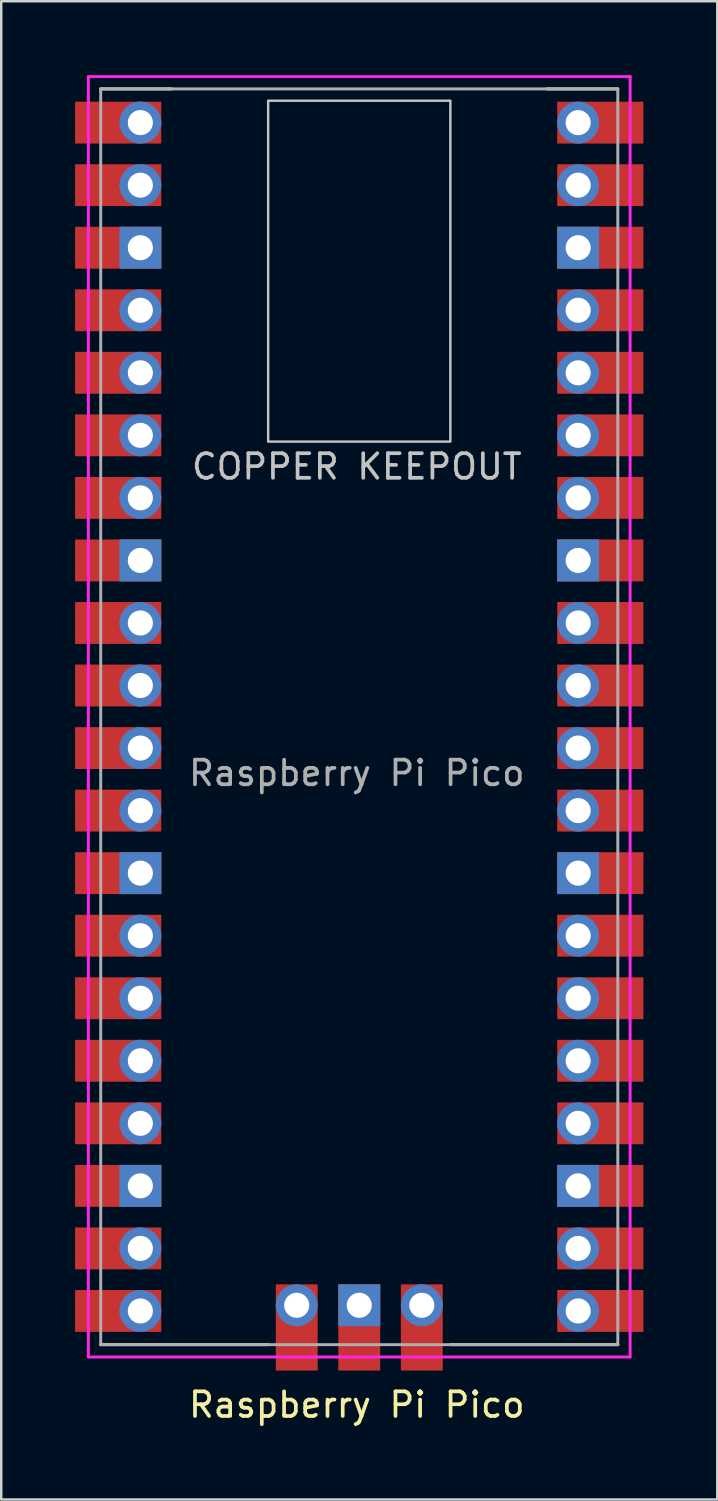
<source format=kicad_pcb>
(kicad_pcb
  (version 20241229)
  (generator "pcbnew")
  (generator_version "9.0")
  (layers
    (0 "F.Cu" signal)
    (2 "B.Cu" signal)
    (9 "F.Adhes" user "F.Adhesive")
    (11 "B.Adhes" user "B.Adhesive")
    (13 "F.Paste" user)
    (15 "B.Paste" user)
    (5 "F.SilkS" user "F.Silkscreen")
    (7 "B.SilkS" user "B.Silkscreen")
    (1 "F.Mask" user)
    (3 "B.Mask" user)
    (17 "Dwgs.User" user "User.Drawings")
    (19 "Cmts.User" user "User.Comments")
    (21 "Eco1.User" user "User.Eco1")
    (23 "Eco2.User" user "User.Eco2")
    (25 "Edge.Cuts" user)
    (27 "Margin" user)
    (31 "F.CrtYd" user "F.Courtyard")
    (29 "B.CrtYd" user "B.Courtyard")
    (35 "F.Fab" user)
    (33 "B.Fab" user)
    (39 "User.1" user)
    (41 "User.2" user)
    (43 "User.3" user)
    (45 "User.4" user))
  (footprint "Raspberry Pi Pico"
    (layer "F.Cu")
    (at 11.54 27.33)
    (property "Reference" "Raspberry Pi Pico" (at -0.1 26.67 0) (unlocked yes) (layer "F.SilkS") (effects (font (size 1 1) (thickness 0.15))))
    (attr through_hole)
    (fp_line (start -10.5 -26.77) (end -7.62 -26.77) (stroke (width 0.12) (type solid)) (layer "F.SilkS"))
    (fp_line (start -3.7 24.23) (end -10.5 24.23) (stroke (width 0.12) (type solid)) (layer "F.SilkS"))
    (fp_line (start 7.62 -26.77) (end 10.5 -26.77) (stroke (width 0.12) (type solid)) (layer "F.SilkS"))
    (fp_line (start 10.5 24.23) (end 3.7 24.23) (stroke (width 0.12) (type solid)) (layer "F.SilkS"))
    (fp_poly (pts (xy 3.7 -12.446) (xy -3.7 -12.446) (xy -3.7 -26.29) (xy 3.7 -26.29)) (stroke (width 0.1) (type solid)) (fill no) (layer "Dwgs.User"))
    (fp_line (start -11 -27.27) (end 11 -27.27) (stroke (width 0.12) (type solid)) (layer "F.CrtYd"))
    (fp_line (start -11 24.73) (end -11 -27.27) (stroke (width 0.12) (type solid)) (layer "F.CrtYd"))
    (fp_line (start 11 -27.27) (end 11 24.73) (stroke (width 0.12) (type solid)) (layer "F.CrtYd"))
    (fp_line (start 11 24.73) (end -11 24.73) (stroke (width 0.12) (type solid)) (layer "F.CrtYd"))
    (fp_line (start -10.5 -26.77) (end 10.5 -26.77) (stroke (width 0.12) (type solid)) (layer "F.Fab"))
    (fp_line (start -10.5 24.23) (end -10.5 -26.77) (stroke (width 0.12) (type solid)) (layer "F.Fab"))
    (fp_line (start 10.5 -26.77) (end 10.5 24.23) (stroke (width 0.12) (type solid)) (layer "F.Fab"))
    (fp_line (start 10.5 24.23) (end -10.5 24.23) (stroke (width 0.12) (type solid)) (layer "F.Fab"))
    (fp_text user "COPPER KEEPOUT" (at -0.1 -11.43 0) (unlocked yes) (layer "Dwgs.User") (effects (font (size 1 1) (thickness 0.15))))
    (fp_text user "${REFERENCE}" (at -0.1 1.016 0) (unlocked yes) (layer "F.Fab") (effects (font (size 1 1) (thickness 0.15))))
    (pad "1" thru_hole oval (at -8.89 -25.4) (size 1.7 1.7) (drill 1.02) (layers "*.Cu" "*.Mask"))
    (pad "1" smd rect (at -8.89 -25.4) (size 3.5 1.7) (drill (offset -0.9 0)) (layers "F.Cu" "F.Mask"))
    (pad "2" thru_hole oval (at -8.89 -22.86) (size 1.7 1.7) (drill 1.02) (layers "*.Cu" "*.Mask"))
    (pad "2" smd rect (at -8.89 -22.86) (size 3.5 1.7) (drill (offset -0.9 0)) (layers "F.Cu" "F.Mask"))
    (pad "3" thru_hole rect (at -8.89 -20.32) (size 1.7 1.7) (drill 1.02) (layers "*.Cu" "*.Mask"))
    (pad "3" smd rect (at -8.89 -20.32) (size 3.5 1.7) (drill (offset -0.9 0)) (layers "F.Cu" "F.Mask"))
    (pad "4" thru_hole oval (at -8.89 -17.78) (size 1.7 1.7) (drill 1.02) (layers "*.Cu" "*.Mask"))
    (pad "4" smd rect (at -8.89 -17.78) (size 3.5 1.7) (drill (offset -0.9 0)) (layers "F.Cu" "F.Mask"))
    (pad "5" thru_hole oval (at -8.89 -15.24) (size 1.7 1.7) (drill 1.02) (layers "*.Cu" "*.Mask"))
    (pad "5" smd rect (at -8.89 -15.24) (size 3.5 1.7) (drill (offset -0.9 0)) (layers "F.Cu" "F.Mask"))
    (pad "6" thru_hole oval (at -8.89 -12.7) (size 1.7 1.7) (drill 1.02) (layers "*.Cu" "*.Mask"))
    (pad "6" smd rect (at -8.89 -12.7) (size 3.5 1.7) (drill (offset -0.9 0)) (layers "F.Cu" "F.Mask"))
    (pad "7" thru_hole oval (at -8.89 -10.16) (size 1.7 1.7) (drill 1.02) (layers "*.Cu" "*.Mask"))
    (pad "7" smd rect (at -8.89 -10.16) (size 3.5 1.7) (drill (offset -0.9 0)) (layers "F.Cu" "F.Mask"))
    (pad "8" thru_hole rect (at -8.89 -7.62) (size 1.7 1.7) (drill 1.02) (layers "*.Cu" "*.Mask"))
    (pad "8" smd rect (at -8.89 -7.62) (size 3.5 1.7) (drill (offset -0.9 0)) (layers "F.Cu" "F.Mask"))
    (pad "9" thru_hole oval (at -8.89 -5.08) (size 1.7 1.7) (drill 1.02) (layers "*.Cu" "*.Mask"))
    (pad "9" smd rect (at -8.89 -5.08) (size 3.5 1.7) (drill (offset -0.9 0)) (layers "F.Cu" "F.Mask"))
    (pad "10" thru_hole oval (at -8.89 -2.54) (size 1.7 1.7) (drill 1.02) (layers "*.Cu" "*.Mask"))
    (pad "10" smd rect (at -8.89 -2.54) (size 3.5 1.7) (drill (offset -0.9 0)) (layers "F.Cu" "F.Mask"))
    (pad "11" thru_hole oval (at -8.89 0) (size 1.7 1.7) (drill 1.02) (layers "*.Cu" "*.Mask"))
    (pad "11" smd rect (at -8.89 0) (size 3.5 1.7) (drill (offset -0.9 0)) (layers "F.Cu" "F.Mask"))
    (pad "12" thru_hole oval (at -8.89 2.54) (size 1.7 1.7) (drill 1.02) (layers "*.Cu" "*.Mask"))
    (pad "12" smd rect (at -8.89 2.54) (size 3.5 1.7) (drill (offset -0.9 0)) (layers "F.Cu" "F.Mask"))
    (pad "13" thru_hole rect (at -8.89 5.08) (size 1.7 1.7) (drill 1.02) (layers "*.Cu" "*.Mask"))
    (pad "13" smd rect (at -8.89 5.08) (size 3.5 1.7) (drill (offset -0.9 0)) (layers "F.Cu" "F.Mask"))
    (pad "14" thru_hole oval (at -8.89 7.62) (size 1.7 1.7) (drill 1.02) (layers "*.Cu" "*.Mask"))
    (pad "14" smd rect (at -8.89 7.62) (size 3.5 1.7) (drill (offset -0.9 0)) (layers "F.Cu" "F.Mask"))
    (pad "15" thru_hole oval (at -8.89 10.16) (size 1.7 1.7) (drill 1.02) (layers "*.Cu" "*.Mask"))
    (pad "15" smd rect (at -8.89 10.16) (size 3.5 1.7) (drill (offset -0.9 0)) (layers "F.Cu" "F.Mask"))
    (pad "16" thru_hole oval (at -8.89 12.7) (size 1.7 1.7) (drill 1.02) (layers "*.Cu" "*.Mask"))
    (pad "16" smd rect (at -8.89 12.7) (size 3.5 1.7) (drill (offset -0.9 0)) (layers "F.Cu" "F.Mask"))
    (pad "17" thru_hole oval (at -8.89 15.24) (size 1.7 1.7) (drill 1.02) (layers "*.Cu" "*.Mask"))
    (pad "17" smd rect (at -8.89 15.24) (size 3.5 1.7) (drill (offset -0.9 0)) (layers "F.Cu" "F.Mask"))
    (pad "18" thru_hole rect (at -8.89 17.78) (size 1.7 1.7) (drill 1.02) (layers "*.Cu" "*.Mask"))
    (pad "18" smd rect (at -8.89 17.78) (size 3.5 1.7) (drill (offset -0.9 0)) (layers "F.Cu" "F.Mask"))
    (pad "19" thru_hole oval (at -8.89 20.32) (size 1.7 1.7) (drill 1.02) (layers "*.Cu" "*.Mask"))
    (pad "19" smd rect (at -8.89 20.32) (size 3.5 1.7) (drill (offset -0.9 0)) (layers "F.Cu" "F.Mask"))
    (pad "20" thru_hole oval (at -8.89 22.86) (size 1.7 1.7) (drill 1.02) (layers "*.Cu" "*.Mask"))
    (pad "20" smd rect (at -8.89 22.86) (size 3.5 1.7) (drill (offset -0.9 0)) (layers "F.Cu" "F.Mask"))
    (pad "21" thru_hole oval (at 8.89 22.86) (size 1.7 1.7) (drill 1.02) (layers "*.Cu" "*.Mask"))
    (pad "21" smd rect (at 8.89 22.86) (size 3.5 1.7) (drill (offset 0.9 0)) (layers "F.Cu" "F.Mask"))
    (pad "22" thru_hole oval (at 8.89 20.32) (size 1.7 1.7) (drill 1.02) (layers "*.Cu" "*.Mask"))
    (pad "22" smd rect (at 8.89 20.32) (size 3.5 1.7) (drill (offset 0.9 0)) (layers "F.Cu" "F.Mask"))
    (pad "23" thru_hole rect (at 8.89 17.78) (size 1.7 1.7) (drill 1.02) (layers "*.Cu" "*.Mask"))
    (pad "23" smd rect (at 8.89 17.78) (size 3.5 1.7) (drill (offset 0.9 0)) (layers "F.Cu" "F.Mask"))
    (pad "24" thru_hole oval (at 8.89 15.24) (size 1.7 1.7) (drill 1.02) (layers "*.Cu" "*.Mask"))
    (pad "24" smd rect (at 8.89 15.24) (size 3.5 1.7) (drill (offset 0.9 0)) (layers "F.Cu" "F.Mask"))
    (pad "25" thru_hole oval (at 8.89 12.7) (size 1.7 1.7) (drill 1.02) (layers "*.Cu" "*.Mask"))
    (pad "25" smd rect (at 8.89 12.7) (size 3.5 1.7) (drill (offset 0.9 0)) (layers "F.Cu" "F.Mask"))
    (pad "26" thru_hole oval (at 8.89 10.16) (size 1.7 1.7) (drill 1.02) (layers "*.Cu" "*.Mask"))
    (pad "26" smd rect (at 8.89 10.16) (size 3.5 1.7) (drill (offset 0.9 0)) (layers "F.Cu" "F.Mask"))
    (pad "27" thru_hole oval (at 8.89 7.62) (size 1.7 1.7) (drill 1.02) (layers "*.Cu" "*.Mask"))
    (pad "27" smd rect (at 8.89 7.62) (size 3.5 1.7) (drill (offset 0.9 0)) (layers "F.Cu" "F.Mask"))
    (pad "28" thru_hole rect (at 8.89 5.08) (size 1.7 1.7) (drill 1.02) (layers "*.Cu" "*.Mask"))
    (pad "28" smd rect (at 8.89 5.08) (size 3.5 1.7) (drill (offset 0.9 0)) (layers "F.Cu" "F.Mask"))
    (pad "29" thru_hole oval (at 8.89 2.54) (size 1.7 1.7) (drill 1.02) (layers "*.Cu" "*.Mask"))
    (pad "29" smd rect (at 8.89 2.54) (size 3.5 1.7) (drill (offset 0.9 0)) (layers "F.Cu" "F.Mask"))
    (pad "30" thru_hole oval (at 8.89 0) (size 1.7 1.7) (drill 1.02) (layers "*.Cu" "*.Mask"))
    (pad "30" smd rect (at 8.89 0) (size 3.5 1.7) (drill (offset 0.9 0)) (layers "F.Cu" "F.Mask"))
    (pad "31" thru_hole oval (at 8.89 -2.54) (size 1.7 1.7) (drill 1.02) (layers "*.Cu" "*.Mask"))
    (pad "31" smd rect (at 8.89 -2.54) (size 3.5 1.7) (drill (offset 0.9 0)) (layers "F.Cu" "F.Mask"))
    (pad "32" thru_hole oval (at 8.89 -5.08) (size 1.7 1.7) (drill 1.02) (layers "*.Cu" "*.Mask"))
    (pad "32" smd rect (at 8.89 -5.08) (size 3.5 1.7) (drill (offset 0.9 0)) (layers "F.Cu" "F.Mask"))
    (pad "33" thru_hole rect (at 8.89 -7.62) (size 1.7 1.7) (drill 1.02) (layers "*.Cu" "*.Mask"))
    (pad "33" smd rect (at 8.89 -7.62) (size 3.5 1.7) (drill (offset 0.9 0)) (layers "F.Cu" "F.Mask"))
    (pad "34" thru_hole oval (at 8.89 -10.16) (size 1.7 1.7) (drill 1.02) (layers "*.Cu" "*.Mask"))
    (pad "34" smd rect (at 8.89 -10.16) (size 3.5 1.7) (drill (offset 0.9 0)) (layers "F.Cu" "F.Mask"))
    (pad "35" thru_hole oval (at 8.89 -12.7) (size 1.7 1.7) (drill 1.02) (layers "*.Cu" "*.Mask"))
    (pad "35" smd rect (at 8.89 -12.7) (size 3.5 1.7) (drill (offset 0.9 0)) (layers "F.Cu" "F.Mask"))
    (pad "36" thru_hole oval (at 8.89 -15.24) (size 1.7 1.7) (drill 1.02) (layers "*.Cu" "*.Mask"))
    (pad "36" smd rect (at 8.89 -15.24) (size 3.5 1.7) (drill (offset 0.9 0)) (layers "F.Cu" "F.Mask"))
    (pad "37" thru_hole oval (at 8.89 -17.78) (size 1.7 1.7) (drill 1.02) (layers "*.Cu" "*.Mask"))
    (pad "37" smd rect (at 8.89 -17.78) (size 3.5 1.7) (drill (offset 0.9 0)) (layers "F.Cu" "F.Mask"))
    (pad "38" thru_hole rect (at 8.89 -20.32) (size 1.7 1.7) (drill 1.02) (layers "*.Cu" "*.Mask"))
    (pad "38" smd rect (at 8.89 -20.32) (size 3.5 1.7) (drill (offset 0.9 0)) (layers "F.Cu" "F.Mask"))
    (pad "39" thru_hole oval (at 8.89 -22.86) (size 1.7 1.7) (drill 1.02) (layers "*.Cu" "*.Mask"))
    (pad "39" smd rect (at 8.89 -22.86) (size 3.5 1.7) (drill (offset 0.9 0)) (layers "F.Cu" "F.Mask"))
    (pad "40" thru_hole oval (at 8.89 -25.4) (size 1.7 1.7) (drill 1.02) (layers "*.Cu" "*.Mask"))
    (pad "40" smd rect (at 8.89 -25.4) (size 3.5 1.7) (drill (offset 0.9 0)) (layers "F.Cu" "F.Mask"))
    (pad "41" thru_hole oval (at -2.54 22.63) (size 1.7 1.7) (drill 1.02) (layers "*.Cu" "*.Mask"))
    (pad "41" smd rect (at -2.54 22.63 90) (size 3.5 1.7) (drill (offset -0.9 0)) (layers "F.Cu" "F.Mask"))
    (pad "42" thru_hole rect (at 0 22.63) (size 1.7 1.7) (drill 1.02) (layers "*.Cu" "*.Mask"))
    (pad "42" smd rect (at 0 22.63 90) (size 3.5 1.7) (drill (offset -0.9 0)) (layers "F.Cu" "F.Mask"))
    (pad "43" thru_hole oval (at 2.54 22.63) (size 1.7 1.7) (drill 1.02) (layers "*.Cu" "*.Mask"))
    (pad "43" smd rect (at 2.54 22.63 90) (size 3.5 1.7) (drill (offset -0.9 0)) (layers "F.Cu" "F.Mask")))
  (gr_rect
    (start -3 -3)
    (end 26.08 57.848)
    (stroke (width 0.1) (type default))
    (fill no)
    (layer "Edge.Cuts")))
</source>
